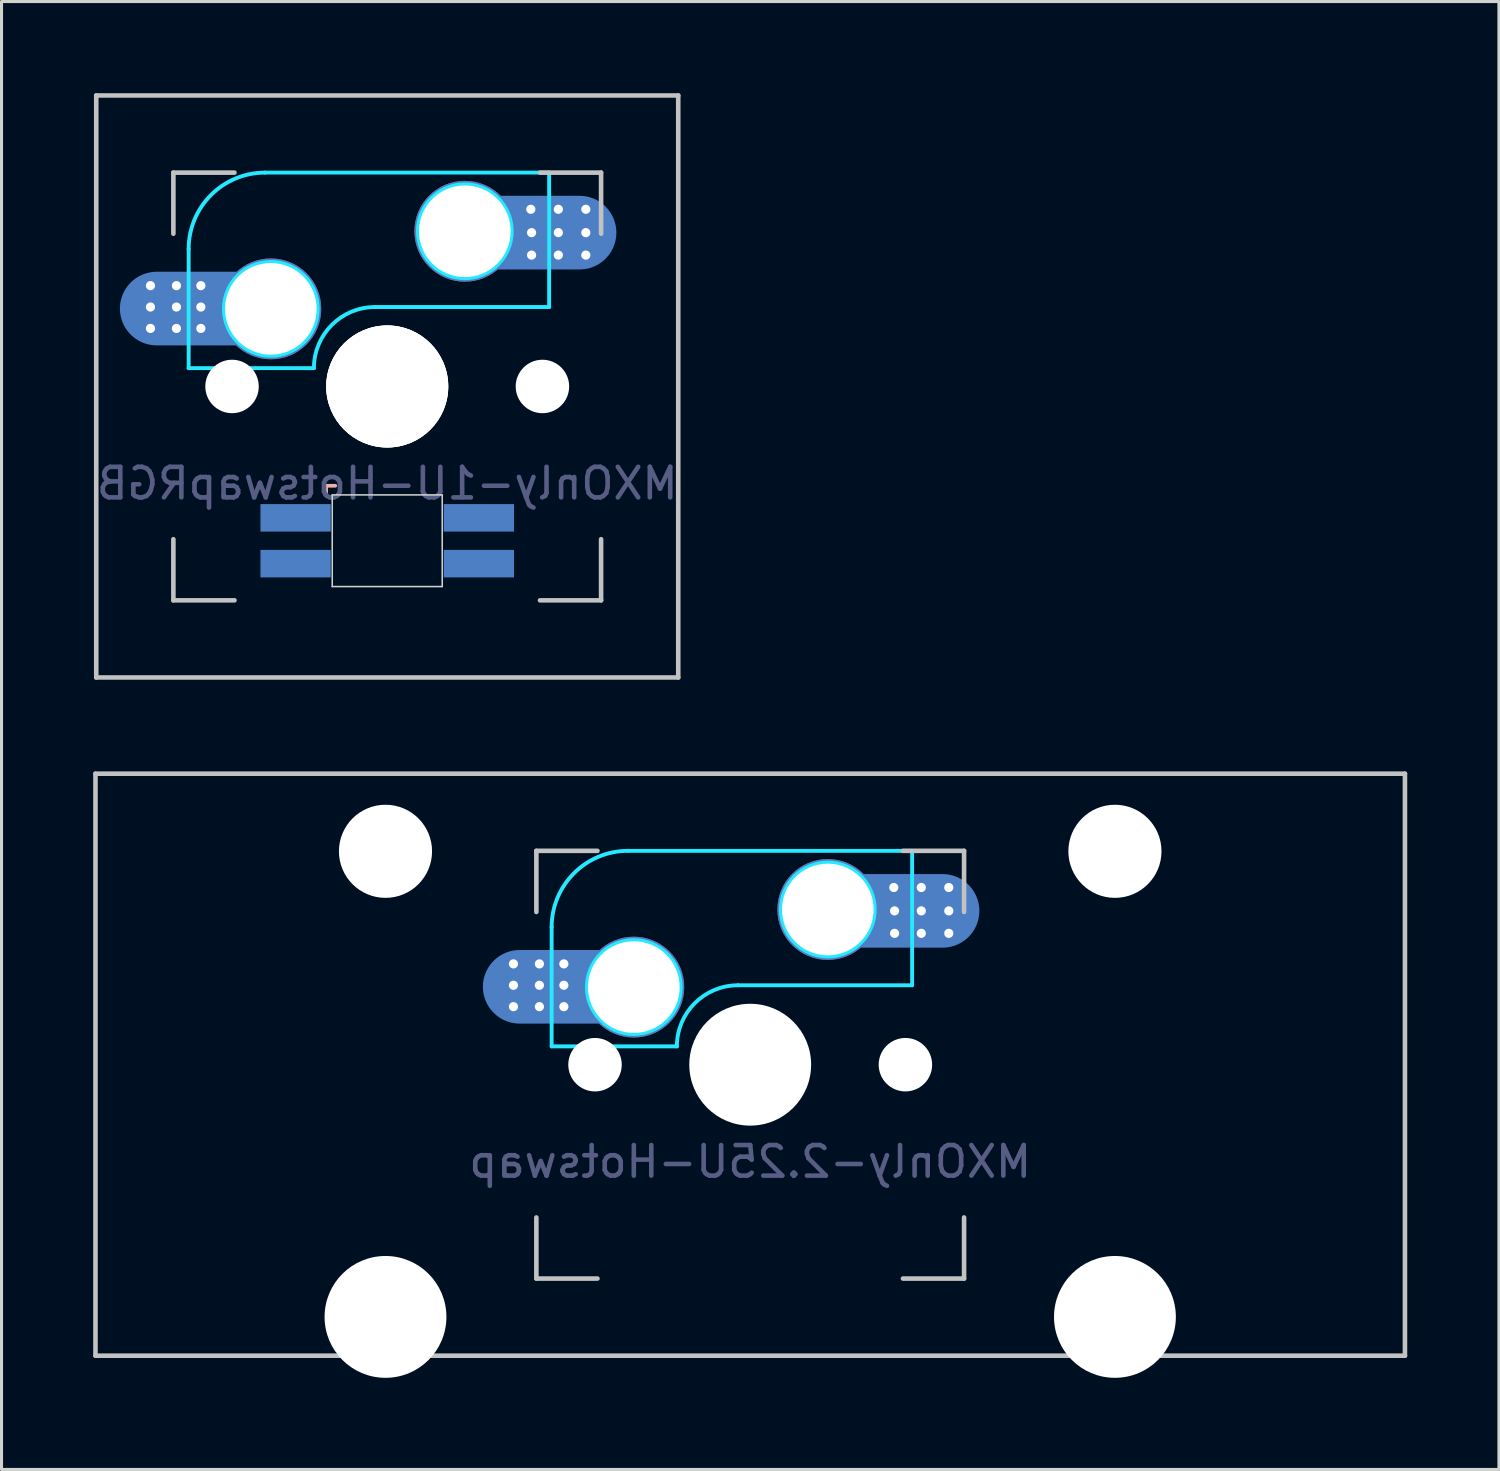
<source format=kicad_pcb>
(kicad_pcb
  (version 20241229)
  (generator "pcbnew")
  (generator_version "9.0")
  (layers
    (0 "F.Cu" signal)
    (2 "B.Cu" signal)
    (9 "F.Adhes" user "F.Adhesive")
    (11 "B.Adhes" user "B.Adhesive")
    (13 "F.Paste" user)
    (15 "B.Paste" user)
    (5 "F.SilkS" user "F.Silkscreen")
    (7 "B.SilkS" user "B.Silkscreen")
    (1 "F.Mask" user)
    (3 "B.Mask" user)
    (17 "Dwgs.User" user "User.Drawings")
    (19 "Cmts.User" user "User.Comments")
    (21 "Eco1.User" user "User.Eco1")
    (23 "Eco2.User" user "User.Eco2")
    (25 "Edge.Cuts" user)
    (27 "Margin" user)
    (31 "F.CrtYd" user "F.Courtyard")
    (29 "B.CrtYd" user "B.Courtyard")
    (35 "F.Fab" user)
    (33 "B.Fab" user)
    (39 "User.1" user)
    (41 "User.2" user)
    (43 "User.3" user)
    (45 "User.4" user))
  (footprint "MXOnly-2.25U-Hotswap"
    (layer "F.Cu")
    (at 21.506 31.8)
    (property "Reference" "MXOnly-2.25U-Hotswap" (at 0 3.175 0) (layer "B.Fab") (effects (font (size 1 1) (thickness 0.15)) (justify mirror)))
    (attr smd)
    (fp_line (start -21.431 -9.525) (end 21.431 -9.525) (stroke (width 0.15) (type solid)) (layer "Dwgs.User"))
    (fp_line (start -21.431 9.525) (end -21.431 -9.525) (stroke (width 0.15) (type solid)) (layer "Dwgs.User"))
    (fp_line (start -7 -7) (end -7 -5) (stroke (width 0.15) (type solid)) (layer "Dwgs.User"))
    (fp_line (start -7 5) (end -7 7) (stroke (width 0.15) (type solid)) (layer "Dwgs.User"))
    (fp_line (start -7 7) (end -5 7) (stroke (width 0.15) (type solid)) (layer "Dwgs.User"))
    (fp_line (start -5 -7) (end -7 -7) (stroke (width 0.15) (type solid)) (layer "Dwgs.User"))
    (fp_line (start 5 -7) (end 7 -7) (stroke (width 0.15) (type solid)) (layer "Dwgs.User"))
    (fp_line (start 5 7) (end 7 7) (stroke (width 0.15) (type solid)) (layer "Dwgs.User"))
    (fp_line (start 7 -5) (end 7 -7) (stroke (width 0.15) (type solid)) (layer "Dwgs.User"))
    (fp_line (start 7 7) (end 7 5) (stroke (width 0.15) (type solid)) (layer "Dwgs.User"))
    (fp_line (start 21.431 -9.525) (end 21.431 9.525) (stroke (width 0.15) (type solid)) (layer "Dwgs.User"))
    (fp_line (start 21.431 9.525) (end -21.431 9.525) (stroke (width 0.15) (type solid)) (layer "Dwgs.User"))
    (fp_line (start -6.5 -4.5) (end -6.5 -0.6) (stroke (width 0.127) (type solid)) (layer "B.CrtYd"))
    (fp_line (start -6.5 -0.6) (end -2.4 -0.6) (stroke (width 0.127) (type solid)) (layer "B.CrtYd"))
    (fp_line (start -0.4 -2.6) (end 5.3 -2.6) (stroke (width 0.127) (type solid)) (layer "B.CrtYd"))
    (fp_line (start 5.3 -7) (end -4 -7) (stroke (width 0.127) (type solid)) (layer "B.CrtYd"))
    (fp_line (start 5.3 -7) (end 5.3 -2.6) (stroke (width 0.127) (type solid)) (layer "B.CrtYd"))
    (fp_arc (start -6.5 -4.5) (mid -5.767767 -6.267767) (end -4 -7) (stroke (width 0.127) (type solid)) (layer "B.CrtYd"))
    (fp_arc (start -2.4 -0.6) (mid -1.814214 -2.014214) (end -0.4 -2.6) (stroke (width 0.127) (type solid)) (layer "B.CrtYd"))
    (fp_circle (center -3.81 -2.54) (end -2.286 -2.54) (stroke (width 0.15) (type solid)) (fill no) (layer "B.CrtYd"))
    (fp_circle (center 2.54 -5.08) (end 2.54 -6.604) (stroke (width 0.15) (type solid)) (fill no) (layer "B.CrtYd"))
    (pad "" np_thru_hole circle (at -11.938 -6.985) (size 3.048 3.048) (drill 3.048) (layers "*.Cu" "*.Mask"))
    (pad "" np_thru_hole circle (at -11.938 8.255) (size 3.988 3.988) (drill 3.988) (layers "*.Cu" "*.Mask"))
    (pad "" np_thru_hole circle (at -5.08 0 48.1) (size 1.75 1.75) (drill 1.75) (layers "*.Cu" "*.Mask"))
    (pad "" np_thru_hole circle (at 0 0) (size 3.988 3.988) (drill 3.988) (layers "*.Cu" "*.Mask"))
    (pad "" np_thru_hole circle (at 5.08 0 48.1) (size 1.75 1.75) (drill 1.75) (layers "*.Cu" "*.Mask"))
    (pad "" np_thru_hole circle (at 11.938 -6.985) (size 3.048 3.048) (drill 3.048) (layers "*.Cu" "*.Mask"))
    (pad "" np_thru_hole circle (at 11.938 8.255) (size 3.988 3.988) (drill 3.988) (layers "*.Cu" "*.Mask"))
    (pad "1" thru_hole circle (at 2.54 -5.08) (size 3.3 3.3) (drill 3) (layers "*.Cu" "B.Mask"))
    (pad "1" thru_hole circle (at 4.7 -5.8) (size 0.4 0.4) (drill 0.3) (layers "*.Cu" "B.Mask"))
    (pad "1" thru_hole circle (at 4.725 -5.035) (size 0.4 0.4) (drill 0.3) (layers "*.Cu" "B.Mask"))
    (pad "1" thru_hole circle (at 4.725 -4.3) (size 0.4 0.4) (drill 0.3) (layers "*.Cu" "B.Mask"))
    (pad "1" smd oval (at 4.75 -5.035) (size 5.5 2.41) (layers "B.Cu" "B.Mask" "B.Paste"))
    (pad "1" thru_hole circle (at 5.6 -5.8) (size 0.4 0.4) (drill 0.3) (layers "*.Cu" "B.Mask"))
    (pad "1" thru_hole circle (at 5.6 -5.035) (size 0.4 0.4) (drill 0.3) (layers "*.Cu" "B.Mask"))
    (pad "1" thru_hole circle (at 5.6 -4.3) (size 0.4 0.4) (drill 0.3) (layers "*.Cu" "B.Mask"))
    (pad "1" thru_hole circle (at 6.5 -5.8) (size 0.4 0.4) (drill 0.3) (layers "*.Cu" "B.Mask"))
    (pad "1" thru_hole circle (at 6.5 -5.035) (size 0.4 0.4) (drill 0.3) (layers "*.Cu" "B.Mask"))
    (pad "1" thru_hole circle (at 6.5 -4.3) (size 0.4 0.4) (drill 0.3) (layers "*.Cu" "B.Mask"))
    (pad "2" thru_hole circle (at -7.75 -3.3) (size 0.4 0.4) (drill 0.3) (layers "*.Cu" "B.Mask"))
    (pad "2" thru_hole circle (at -7.75 -2.6) (size 0.4 0.4) (drill 0.3) (layers "*.Cu" "B.Mask"))
    (pad "2" thru_hole circle (at -7.75 -1.9) (size 0.4 0.4) (drill 0.3) (layers "*.Cu" "B.Mask"))
    (pad "2" thru_hole circle (at -6.9 -3.3) (size 0.4 0.4) (drill 0.3) (layers "*.Cu" "B.Mask"))
    (pad "2" thru_hole circle (at -6.9 -2.6) (size 0.4 0.4) (drill 0.3) (layers "*.Cu" "B.Mask"))
    (pad "2" thru_hole circle (at -6.9 -1.9) (size 0.4 0.4) (drill 0.3) (layers "*.Cu" "B.Mask"))
    (pad "2" thru_hole circle (at -6.1 -3.3) (size 0.4 0.4) (drill 0.3) (layers "*.Cu" "B.Mask"))
    (pad "2" thru_hole circle (at -6.1 -2.6) (size 0.4 0.4) (drill 0.3) (layers "*.Cu" "B.Mask"))
    (pad "2" thru_hole circle (at -6.1 -1.9) (size 0.4 0.4) (drill 0.3) (layers "*.Cu" "B.Mask"))
    (pad "2" smd oval (at -6 -2.55) (size 5.5 2.41) (layers "B.Cu" "B.Mask" "B.Paste"))
    (pad "2" thru_hole circle (at -3.81 -2.54) (size 3.3 3.3) (drill 3) (layers "*.Cu" "B.Mask")))
  (footprint "MXOnly-1U-HotswapRGB"
    (layer "F.Cu")
    (at 9.625 9.6)
    (property "Reference" "MXOnly-1U-HotswapRGB" (at 0 3.175 0) (layer "B.Fab") (effects (font (size 1 1) (thickness 0.15)) (justify mirror)))
    (attr smd)
    (fp_line (start -2 3.25) (end -2 3.55) (stroke (width 0.12) (type solid)) (layer "B.SilkS"))
    (fp_line (start -1.7 3.25) (end -2 3.25) (stroke (width 0.12) (type solid)) (layer "B.SilkS"))
    (fp_line (start -9.525 -9.525) (end 9.525 -9.525) (stroke (width 0.15) (type solid)) (layer "Dwgs.User"))
    (fp_line (start -9.525 9.525) (end -9.525 -9.525) (stroke (width 0.15) (type solid)) (layer "Dwgs.User"))
    (fp_line (start -7 -7) (end -7 -5) (stroke (width 0.15) (type solid)) (layer "Dwgs.User"))
    (fp_line (start -7 5) (end -7 7) (stroke (width 0.15) (type solid)) (layer "Dwgs.User"))
    (fp_line (start -7 7) (end -5 7) (stroke (width 0.15) (type solid)) (layer "Dwgs.User"))
    (fp_line (start -5 -7) (end -7 -7) (stroke (width 0.15) (type solid)) (layer "Dwgs.User"))
    (fp_line (start 5 -7) (end 7 -7) (stroke (width 0.15) (type solid)) (layer "Dwgs.User"))
    (fp_line (start 5 7) (end 7 7) (stroke (width 0.15) (type solid)) (layer "Dwgs.User"))
    (fp_line (start 7 -5) (end 7 -7) (stroke (width 0.15) (type solid)) (layer "Dwgs.User"))
    (fp_line (start 7 7) (end 7 5) (stroke (width 0.15) (type solid)) (layer "Dwgs.User"))
    (fp_line (start 9.525 -9.525) (end 9.525 9.525) (stroke (width 0.15) (type solid)) (layer "Dwgs.User"))
    (fp_line (start 9.525 9.525) (end -9.525 9.525) (stroke (width 0.15) (type solid)) (layer "Dwgs.User"))
    (fp_line (start -1.8 3.55) (end -1.8 6.55) (stroke (width 0.05) (type default)) (layer "Edge.Cuts"))
    (fp_line (start -1.8 3.55) (end 1.8 3.55) (stroke (width 0.05) (type solid)) (layer "Edge.Cuts"))
    (fp_line (start 1.8 3.55) (end 1.8 6.55) (stroke (width 0.05) (type default)) (layer "Edge.Cuts"))
    (fp_line (start 1.8 6.55) (end -1.8 6.55) (stroke (width 0.05) (type solid)) (layer "Edge.Cuts"))
    (fp_line (start -6.5 -4.5) (end -6.5 -0.6) (stroke (width 0.127) (type solid)) (layer "B.CrtYd"))
    (fp_line (start -6.5 -0.6) (end -2.4 -0.6) (stroke (width 0.127) (type solid)) (layer "B.CrtYd"))
    (fp_line (start -0.4 -2.6) (end 5.3 -2.6) (stroke (width 0.127) (type solid)) (layer "B.CrtYd"))
    (fp_line (start 5.3 -7) (end -4 -7) (stroke (width 0.127) (type solid)) (layer "B.CrtYd"))
    (fp_line (start 5.3 -7) (end 5.3 -2.6) (stroke (width 0.127) (type solid)) (layer "B.CrtYd"))
    (fp_arc (start -6.5 -4.5) (mid -5.767767 -6.267767) (end -4 -7) (stroke (width 0.127) (type solid)) (layer "B.CrtYd"))
    (fp_arc (start -2.4 -0.6) (mid -1.814214 -2.014214) (end -0.4 -2.6) (stroke (width 0.127) (type solid)) (layer "B.CrtYd"))
    (fp_circle (center -3.81 -2.54) (end -2.286 -2.54) (stroke (width 0.15) (type solid)) (fill no) (layer "B.CrtYd"))
    (fp_circle (center 2.54 -5.08) (end 2.54 -6.604) (stroke (width 0.15) (type solid)) (fill no) (layer "B.CrtYd"))
    (pad "" np_thru_hole circle (at -5.08 0 48.1) (size 1.75 1.75) (drill 1.75) (layers "*.Cu" "*.Mask"))
    (pad "" np_thru_hole circle (at 0 0) (size 3.988 3.988) (drill 3.988) (layers "*.Cu" "*.Mask"))
    (pad "" np_thru_hole circle (at 0 0) (size 3.988 3.988) (drill 3.988) (layers "*.Cu" "*.Mask"))
    (pad "" np_thru_hole circle (at 0 0) (size 4 4) (drill 4) (layers "*.Cu" "*.Mask"))
    (pad "" np_thru_hole circle (at 5.08 0 48.1) (size 1.75 1.75) (drill 1.75) (layers "*.Cu" "*.Mask"))
    (pad "1" thru_hole circle (at 2.54 -5.08) (size 3.3 3.3) (drill 3) (layers "*.Cu" "B.Mask"))
    (pad "1" thru_hole circle (at 4.7 -5.8) (size 0.4 0.4) (drill 0.3) (layers "*.Cu" "B.Mask"))
    (pad "1" thru_hole circle (at 4.725 -5.035) (size 0.4 0.4) (drill 0.3) (layers "*.Cu" "B.Mask"))
    (pad "1" thru_hole circle (at 4.725 -4.3) (size 0.4 0.4) (drill 0.3) (layers "*.Cu" "B.Mask"))
    (pad "1" smd oval (at 4.75 -5.035) (size 5.5 2.41) (layers "B.Cu" "B.Mask" "B.Paste"))
    (pad "1" thru_hole circle (at 5.6 -5.8) (size 0.4 0.4) (drill 0.3) (layers "*.Cu" "B.Mask"))
    (pad "1" thru_hole circle (at 5.6 -5.035) (size 0.4 0.4) (drill 0.3) (layers "*.Cu" "B.Mask"))
    (pad "1" thru_hole circle (at 5.6 -4.3) (size 0.4 0.4) (drill 0.3) (layers "*.Cu" "B.Mask"))
    (pad "1" thru_hole circle (at 6.5 -5.8) (size 0.4 0.4) (drill 0.3) (layers "*.Cu" "B.Mask"))
    (pad "1" thru_hole circle (at 6.5 -5.035) (size 0.4 0.4) (drill 0.3) (layers "*.Cu" "B.Mask"))
    (pad "1" thru_hole circle (at 6.5 -4.3) (size 0.4 0.4) (drill 0.3) (layers "*.Cu" "B.Mask"))
    (pad "2" thru_hole circle (at -7.75 -3.3) (size 0.4 0.4) (drill 0.3) (layers "*.Cu" "B.Mask"))
    (pad "2" thru_hole circle (at -7.75 -2.6) (size 0.4 0.4) (drill 0.3) (layers "*.Cu" "B.Mask"))
    (pad "2" thru_hole circle (at -7.75 -1.9) (size 0.4 0.4) (drill 0.3) (layers "*.Cu" "B.Mask"))
    (pad "2" thru_hole circle (at -6.9 -3.3) (size 0.4 0.4) (drill 0.3) (layers "*.Cu" "B.Mask"))
    (pad "2" thru_hole circle (at -6.9 -2.6) (size 0.4 0.4) (drill 0.3) (layers "*.Cu" "B.Mask"))
    (pad "2" thru_hole circle (at -6.9 -1.9) (size 0.4 0.4) (drill 0.3) (layers "*.Cu" "B.Mask"))
    (pad "2" thru_hole circle (at -6.1 -3.3) (size 0.4 0.4) (drill 0.3) (layers "*.Cu" "B.Mask"))
    (pad "2" thru_hole circle (at -6.1 -2.6) (size 0.4 0.4) (drill 0.3) (layers "*.Cu" "B.Mask"))
    (pad "2" thru_hole circle (at -6.1 -1.9) (size 0.4 0.4) (drill 0.3) (layers "*.Cu" "B.Mask"))
    (pad "2" smd oval (at -6 -2.55) (size 5.5 2.41) (layers "B.Cu" "B.Mask" "B.Paste"))
    (pad "2" thru_hole circle (at -3.81 -2.54) (size 3.3 3.3) (drill 3) (layers "*.Cu" "B.Mask"))
    (pad "3" smd rect (at -3 4.3) (size 2.3 0.9) (layers "B.Cu" "B.Mask" "B.Paste"))
    (pad "4" smd rect (at -3 5.8) (size 2.3 0.9) (layers "B.Cu" "B.Mask" "B.Paste"))
    (pad "5" smd rect (at 3 4.3) (size 2.3 0.9) (layers "B.Cu" "B.Mask" "B.Paste"))
    (pad "6" smd rect (at 3 5.8) (size 2.3 0.9) (layers "B.Cu" "B.Mask" "B.Paste")))
  (gr_rect
    (start -3 -3)
    (end 46.013 45.049)
    (stroke (width 0.1) (type default))
    (fill no)
    (layer "Edge.Cuts")))
</source>
